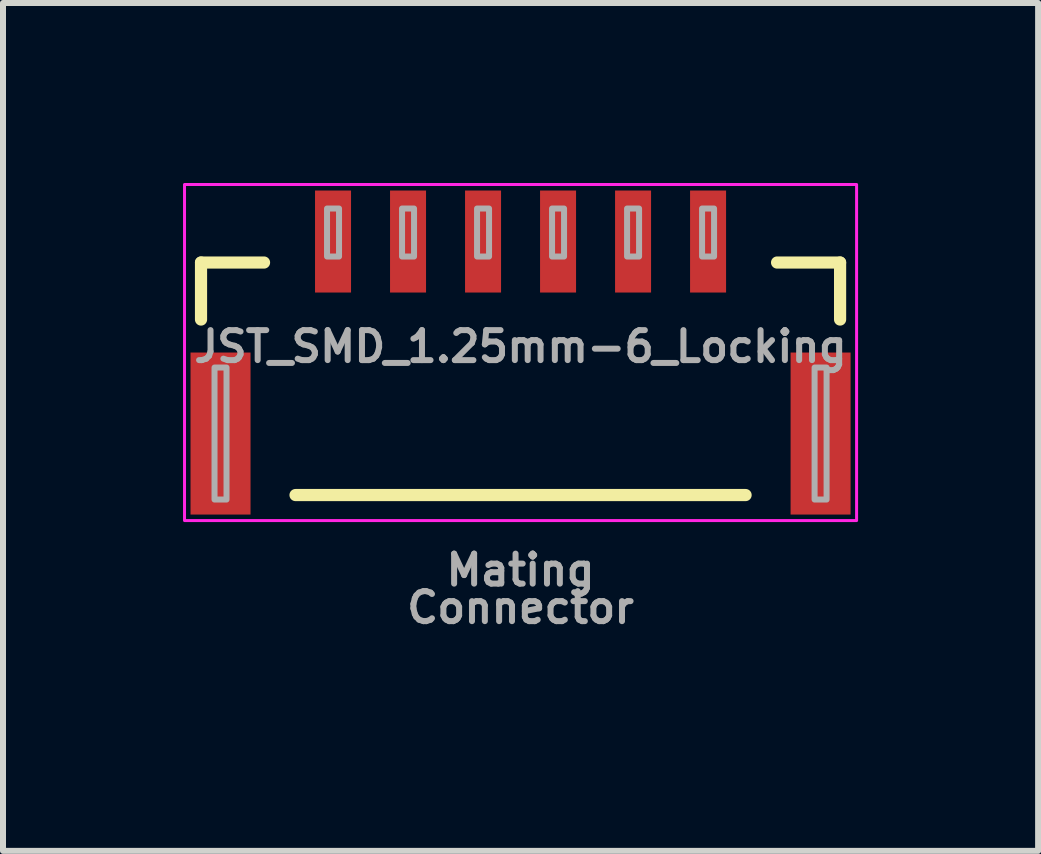
<source format=kicad_pcb>
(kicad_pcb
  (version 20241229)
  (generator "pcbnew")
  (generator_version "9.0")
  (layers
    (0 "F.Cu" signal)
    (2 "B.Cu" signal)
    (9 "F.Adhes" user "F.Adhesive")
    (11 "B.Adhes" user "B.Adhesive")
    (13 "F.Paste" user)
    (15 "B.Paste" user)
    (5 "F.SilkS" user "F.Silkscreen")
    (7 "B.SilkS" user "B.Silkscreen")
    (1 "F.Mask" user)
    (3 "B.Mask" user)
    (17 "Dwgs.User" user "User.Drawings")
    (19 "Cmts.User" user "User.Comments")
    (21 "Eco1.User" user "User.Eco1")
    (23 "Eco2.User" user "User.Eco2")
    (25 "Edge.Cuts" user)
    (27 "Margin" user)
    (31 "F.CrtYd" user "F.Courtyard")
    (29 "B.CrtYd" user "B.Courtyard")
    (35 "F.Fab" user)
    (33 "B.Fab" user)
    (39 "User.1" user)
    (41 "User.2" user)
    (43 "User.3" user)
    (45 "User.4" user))
  (footprint "JST_SMD_1.25mm-6_Locking"
    (layer "F.Cu")
    (at 5.625 2.725)
    (property "Reference" "JST_SMD_1.25mm-6_Locking" (at 0 0 0) (layer "F.Fab") (effects (font (size 0.5 0.5) (thickness 0.1))))
    (attr smd)
    (fp_line (start -5.325 -1.4) (end -4.275 -1.4) (stroke (width 0.203) (type solid)) (layer "F.SilkS"))
    (fp_line (start -5.325 -0.45) (end -5.325 -1.4) (stroke (width 0.203) (type solid)) (layer "F.SilkS"))
    (fp_line (start -3.75 2.475) (end 3.75 2.475) (stroke (width 0.203) (type solid)) (layer "F.SilkS"))
    (fp_line (start 4.275 -1.4) (end 5.325 -1.4) (stroke (width 0.203) (type solid)) (layer "F.SilkS"))
    (fp_line (start 5.325 -0.45) (end 5.325 -1.4) (stroke (width 0.203) (type solid)) (layer "F.SilkS"))
    (fp_rect (start 5.6 2.9) (end -5.6 -2.7) (stroke (width 0.05) (type default)) (fill no) (layer "F.CrtYd"))
    (fp_poly (pts (xy -5.1 2.55) (xy -4.9 2.55) (xy -4.9 0.35) (xy -5.1 0.35)) (stroke (width 0.1) (type default)) (fill no) (layer "F.Fab"))
    (fp_poly (pts (xy -3.225 -1.5) (xy -3.025 -1.5) (xy -3.025 -2.3) (xy -3.225 -2.3)) (stroke (width 0.1) (type default)) (fill no) (layer "F.Fab"))
    (fp_poly (pts (xy -1.975 -1.5) (xy -1.775 -1.5) (xy -1.775 -2.3) (xy -1.975 -2.3)) (stroke (width 0.1) (type default)) (fill no) (layer "F.Fab"))
    (fp_poly (pts (xy -0.725 -1.5) (xy -0.525 -1.5) (xy -0.525 -2.3) (xy -0.725 -2.3)) (stroke (width 0.1) (type default)) (fill no) (layer "F.Fab"))
    (fp_poly (pts (xy 0.525 -1.5) (xy 0.725 -1.5) (xy 0.725 -2.3) (xy 0.525 -2.3)) (stroke (width 0.1) (type default)) (fill no) (layer "F.Fab"))
    (fp_poly (pts (xy 1.775 -1.5) (xy 1.975 -1.5) (xy 1.975 -2.3) (xy 1.775 -2.3)) (stroke (width 0.1) (type default)) (fill no) (layer "F.Fab"))
    (fp_poly (pts (xy 3.025 -1.5) (xy 3.225 -1.5) (xy 3.225 -2.3) (xy 3.025 -2.3)) (stroke (width 0.1) (type default)) (fill no) (layer "F.Fab"))
    (fp_poly (pts (xy 4.9 2.55) (xy 5.1 2.55) (xy 5.1 0.35) (xy 4.9 0.35)) (stroke (width 0.1) (type default)) (fill no) (layer "F.Fab"))
    (fp_rect (start -5.375 -1.5) (end 5.375 2.55) (stroke (width 0.01) (type default)) (fill no) (layer "User.1"))
    (fp_rect (start -4.375 -0.3) (end 4.375 5.4) (stroke (width 0.01) (type default)) (fill no) (layer "User.1"))
    (fp_text user "Mating" (at 0 3.725 0) (unlocked yes) (layer "F.Fab") (effects (font (size 0.5 0.5) (thickness 0.1) (bold yes))))
    (fp_text user "Connector" (at 0 4.35 0) (unlocked yes) (layer "F.Fab") (effects (font (size 0.5 0.5) (thickness 0.1) (bold yes))))
    (pad "1" smd rect (at -3.125 -1.75) (size 0.6 1.7) (layers "F.Cu" "F.Mask" "F.Paste"))
    (pad "2" smd rect (at -1.875 -1.75) (size 0.6 1.7) (layers "F.Cu" "F.Mask" "F.Paste"))
    (pad "3" smd rect (at -0.625 -1.75) (size 0.6 1.7) (layers "F.Cu" "F.Mask" "F.Paste"))
    (pad "4" smd rect (at 0.625 -1.75) (size 0.6 1.7) (layers "F.Cu" "F.Mask" "F.Paste"))
    (pad "5" smd rect (at 1.875 -1.75) (size 0.6 1.7) (layers "F.Cu" "F.Mask" "F.Paste"))
    (pad "6" smd rect (at 3.125 -1.75) (size 0.6 1.7) (layers "F.Cu" "F.Mask" "F.Paste"))
    (pad "NC1" smd rect (at -5 1.45) (size 1 2.7) (layers "F.Cu" "F.Mask" "F.Paste"))
    (pad "NC2" smd rect (at 5 1.45) (size 1 2.7) (layers "F.Cu" "F.Mask" "F.Paste")))
  (gr_rect
    (start -3 -3)
    (end 14.25 11.13)
    (stroke (width 0.1) (type default))
    (fill no)
    (layer "Edge.Cuts")))
</source>
